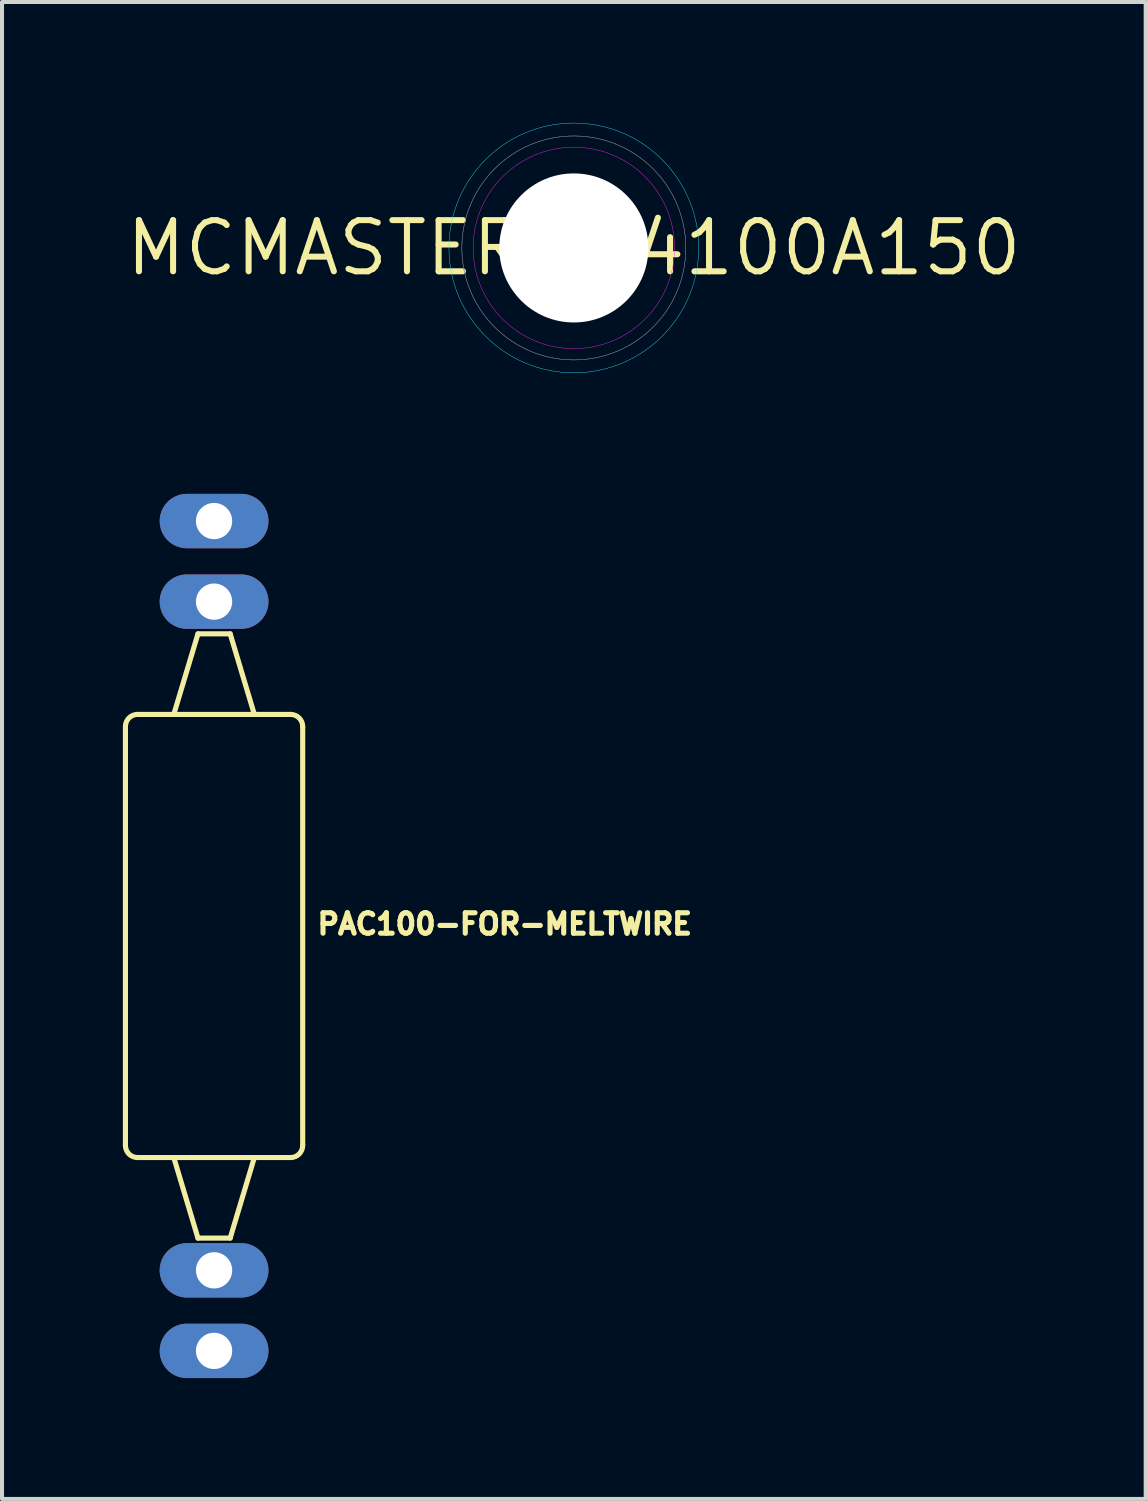
<source format=kicad_pcb>
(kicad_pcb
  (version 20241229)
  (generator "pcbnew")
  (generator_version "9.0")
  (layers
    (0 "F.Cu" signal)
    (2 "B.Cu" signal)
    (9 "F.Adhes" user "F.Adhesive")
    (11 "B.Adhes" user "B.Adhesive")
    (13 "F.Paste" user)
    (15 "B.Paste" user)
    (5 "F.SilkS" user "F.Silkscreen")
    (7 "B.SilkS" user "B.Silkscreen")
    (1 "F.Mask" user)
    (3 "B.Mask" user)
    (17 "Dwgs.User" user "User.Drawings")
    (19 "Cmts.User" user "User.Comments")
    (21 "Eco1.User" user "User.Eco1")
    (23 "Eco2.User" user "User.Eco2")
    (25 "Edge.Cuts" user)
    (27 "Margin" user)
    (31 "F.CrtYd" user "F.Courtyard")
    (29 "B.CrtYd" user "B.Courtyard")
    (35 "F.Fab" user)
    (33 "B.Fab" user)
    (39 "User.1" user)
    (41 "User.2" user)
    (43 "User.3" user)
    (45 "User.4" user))
  (footprint "MCMASTER-94100A150"
    (layer "F.Cu")
    (at 11.195 3.105)
    (property "Reference" "MCMASTER-94100A150" (at 0 0 0) (layer "F.SilkS") (effects (font (size 1.27 1.27) (thickness 0.15))))
    (fp_circle (center 0 0) (end 1.1 0) (stroke (width 2.2) (type solid)) (fill yes) (layer "F.Mask"))
    (fp_circle (center 0 0) (end 1.5 0) (stroke (width 3) (type solid)) (fill yes) (layer "B.Mask"))
    (fp_circle (center 0 0) (end 3.1 0) (stroke (width 0.01) (type solid)) (fill no) (layer "B.CrtYd"))
    (fp_circle (center 0 0) (end 2.5 0) (stroke (width 0.01) (type solid)) (fill no) (layer "F.CrtYd"))
    (fp_circle (center 0 0) (end 1.2 0) (stroke (width 0.01) (type solid)) (fill no) (layer "B.Fab"))
    (fp_circle (center 0 0) (end 2.78 0) (stroke (width 0.01) (type solid)) (fill no) (layer "B.Fab"))
    (fp_circle (center 0 0) (end 1.2 0) (stroke (width 0.01) (type solid)) (fill no) (layer "F.Fab"))
    (fp_circle (center 0 0) (end 2.78 0) (stroke (width 0.01) (type solid)) (fill no) (layer "F.Fab"))
    (pad "" np_thru_hole circle (at 0 0) (size 3.7 3.7) (drill 3.7) (layers "*.Cu" "*.Mask"))
    (zone (net_name "") (layer "F.Cu") (hatch edge 0.508) (connect_pads) (min_thickness 0.254) (filled_areas_thickness no) (keepout (tracks not_allowed) (vias not_allowed) (pads not_allowed) (copperpour not_allowed) (footprints allowed)) (placement (enabled no)) (fill) (polygon (pts (xy 13.395 3.105) (xy 13.362 2.723) (xy 13.263 2.353) (xy 13.101 2.005) (xy 12.881 1.691) (xy 12.61 1.42) (xy 12.295 1.2) (xy 11.948 1.038) (xy 11.577 0.938) (xy 11.195 0.905) (xy 10.813 0.938) (xy 10.443 1.038) (xy 10.095 1.2) (xy 9.781 1.42) (xy 9.51 1.691) (xy 9.29 2.005) (xy 9.128 2.353) (xy 9.029 2.723) (xy 8.995 3.105) (xy 9.029 3.487) (xy 9.128 3.857) (xy 9.29 4.205) (xy 9.51 4.519) (xy 9.781 4.79) (xy 10.095 5.01) (xy 10.443 5.172) (xy 10.813 5.272) (xy 11.195 5.305) (xy 11.577 5.272) (xy 11.948 5.172) (xy 12.295 5.01) (xy 12.61 4.79) (xy 12.881 4.519) (xy 13.101 4.205) (xy 13.263 3.857) (xy 13.362 3.487))))
    (zone (net_name "") (layer "B.Cu") (hatch edge 0.508) (connect_pads) (min_thickness 0.254) (filled_areas_thickness no) (keepout (tracks not_allowed) (vias not_allowed) (pads not_allowed) (copperpour not_allowed) (footprints allowed)) (placement (enabled no)) (fill) (polygon (pts (xy 14.195 3.105) (xy 14.15 2.584) (xy 14.014 2.079) (xy 13.793 1.605) (xy 13.494 1.177) (xy 13.124 0.807) (xy 12.695 0.507) (xy 12.221 0.286) (xy 11.716 0.151) (xy 11.195 0.105) (xy 10.674 0.151) (xy 10.169 0.286) (xy 9.695 0.507) (xy 9.267 0.807) (xy 8.897 1.177) (xy 8.597 1.605) (xy 8.376 2.079) (xy 8.241 2.584) (xy 8.195 3.105) (xy 8.241 3.626) (xy 8.376 4.131) (xy 8.597 4.605) (xy 8.897 5.033) (xy 9.267 5.403) (xy 9.695 5.703) (xy 10.169 5.924) (xy 10.674 6.059) (xy 11.195 6.105) (xy 11.716 6.059) (xy 12.221 5.924) (xy 12.695 5.703) (xy 13.124 5.403) (xy 13.494 5.033) (xy 13.793 4.605) (xy 14.014 4.131) (xy 14.15 3.626)))))
  (footprint "PAC100-FOR-MELTWIRE"
    (layer "F.Cu")
    (at 2.264 20.185)
    (property "Reference" "PAC100-FOR-MELTWIRE" (at 2.5 0 0) (layer "F.SilkS") (effects (font (size 0.508 0.508) (thickness 0.127)) (justify left bottom)))
    (fp_line (start -2.2 -5.2) (end -2.2 5.2) (stroke (width 0.127) (type solid)) (layer "F.SilkS"))
    (fp_line (start -1.9 5.5) (end 1.9 5.5) (stroke (width 0.127) (type solid)) (layer "F.SilkS"))
    (fp_line (start -1 -5.5) (end -1.9 -5.5) (stroke (width 0.127) (type solid)) (layer "F.SilkS"))
    (fp_line (start -0.4 -7.5) (end -1 -5.5) (stroke (width 0.127) (type solid)) (layer "F.SilkS"))
    (fp_line (start -0.4 -7.5) (end 0.4 -7.5) (stroke (width 0.127) (type solid)) (layer "F.SilkS"))
    (fp_line (start -0.4 7.5) (end -1 5.5) (stroke (width 0.127) (type solid)) (layer "F.SilkS"))
    (fp_line (start 0.4 -7.5) (end 1 -5.5) (stroke (width 0.127) (type solid)) (layer "F.SilkS"))
    (fp_line (start 0.4 7.5) (end -0.4 7.5) (stroke (width 0.127) (type solid)) (layer "F.SilkS"))
    (fp_line (start 0.4 7.5) (end 1 5.5) (stroke (width 0.127) (type solid)) (layer "F.SilkS"))
    (fp_line (start 1 -5.5) (end -1 -5.5) (stroke (width 0.127) (type solid)) (layer "F.SilkS"))
    (fp_line (start 1.9 -5.5) (end 1 -5.5) (stroke (width 0.127) (type solid)) (layer "F.SilkS"))
    (fp_line (start 2.2 5.2) (end 2.2 -5.2) (stroke (width 0.127) (type solid)) (layer "F.SilkS"))
    (fp_arc (start -2.2 -5.2) (mid -2.112132 -5.412132) (end -1.9 -5.5) (stroke (width 0.127) (type solid)) (layer "F.SilkS"))
    (fp_arc (start -1.9 5.5) (mid -2.112132 5.412132) (end -2.2 5.2) (stroke (width 0.127) (type solid)) (layer "F.SilkS"))
    (fp_arc (start 1.9 -5.5) (mid 2.112132 -5.412132) (end 2.2 -5.2) (stroke (width 0.127) (type solid)) (layer "F.SilkS"))
    (fp_arc (start 2.2 5.2) (mid 2.112132 5.412132) (end 1.9 5.5) (stroke (width 0.127) (type solid)) (layer "F.SilkS"))
    (pad "P$1" thru_hole oval (at 0 -8.3) (size 2.7 1.35) (drill 0.9) (layers "*.Cu" "*.Mask"))
    (pad "P$2" thru_hole oval (at 0 -10.3) (size 2.7 1.35) (drill 0.9) (layers "*.Cu" "*.Mask"))
    (pad "P$3" thru_hole oval (at 0 8.3) (size 2.7 1.35) (drill 0.9) (layers "*.Cu" "*.Mask"))
    (pad "P$4" thru_hole oval (at 0 10.3) (size 2.7 1.35) (drill 0.9) (layers "*.Cu" "*.Mask")))
  (gr_rect
    (start -3 -3)
    (end 25.391 34.16)
    (stroke (width 0.1) (type default))
    (fill no)
    (layer "Edge.Cuts")))
</source>
